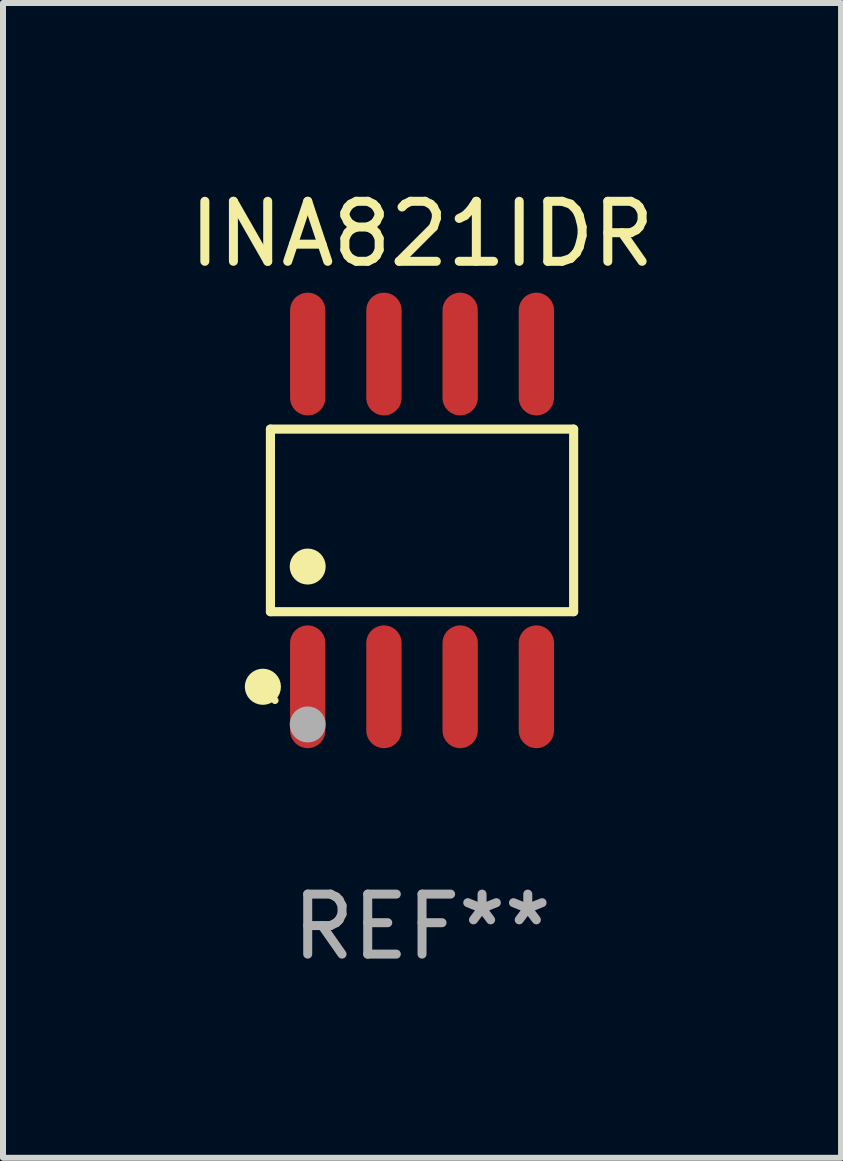
<source format=kicad_pcb>
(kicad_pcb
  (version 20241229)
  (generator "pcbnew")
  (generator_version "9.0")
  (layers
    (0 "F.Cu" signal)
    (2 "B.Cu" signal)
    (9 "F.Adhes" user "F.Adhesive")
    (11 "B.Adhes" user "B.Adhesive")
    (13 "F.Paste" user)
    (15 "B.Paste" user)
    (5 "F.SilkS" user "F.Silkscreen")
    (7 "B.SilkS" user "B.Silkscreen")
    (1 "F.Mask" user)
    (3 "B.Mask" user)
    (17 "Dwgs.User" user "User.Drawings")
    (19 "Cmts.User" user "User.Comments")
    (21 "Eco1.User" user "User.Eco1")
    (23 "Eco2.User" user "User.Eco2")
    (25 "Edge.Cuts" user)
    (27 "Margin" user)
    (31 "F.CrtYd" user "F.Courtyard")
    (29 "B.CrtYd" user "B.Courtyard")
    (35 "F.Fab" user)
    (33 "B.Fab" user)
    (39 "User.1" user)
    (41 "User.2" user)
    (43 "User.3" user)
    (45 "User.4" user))
  (footprint "INA821IDR"
    (layer "F.Cu")
    (at 3.982 5.621)
    (property "Reference" "INA821IDR" (at 0 -4.772 0) (layer "F.SilkS") (effects (font (size 1 1) (thickness 0.15))))
    (attr through_hole)
    (fp_line (start -2.526 -1.521) (end 2.526 -1.521) (stroke (width 0.152) (type solid)) (layer "F.SilkS"))
    (fp_line (start -2.526 1.521) (end -2.526 -1.521) (stroke (width 0.152) (type solid)) (layer "F.SilkS"))
    (fp_line (start 2.526 -1.521) (end 2.526 1.521) (stroke (width 0.152) (type solid)) (layer "F.SilkS"))
    (fp_line (start 2.526 1.521) (end -2.526 1.521) (stroke (width 0.152) (type solid)) (layer "F.SilkS"))
    (fp_circle (center -2.652 2.772) (end -2.501 2.772) (stroke (width 0.3) (type solid)) (fill no) (layer "F.SilkS"))
    (fp_circle (center -2.45 3) (end -2.42 3) (stroke (width 0.06) (type solid)) (fill no) (layer "F.SilkS"))
    (fp_circle (center -1.905 0.769) (end -1.755 0.769) (stroke (width 0.3) (type solid)) (fill no) (layer "F.SilkS"))
    (fp_circle (center -1.905 3.4) (end -1.755 3.4) (stroke (width 0.3) (type solid)) (fill no) (layer "F.Fab"))
    (fp_text user "REF**" (at 0 6.772 0) (layer "F.Fab") (effects (font (size 1 1) (thickness 0.15))))
    (pad "1" smd oval (at -1.905 2.772) (size 0.588 2.045) (layers "F.Cu" "F.Mask" "F.Paste"))
    (pad "2" smd oval (at -0.635 2.772) (size 0.588 2.045) (layers "F.Cu" "F.Mask" "F.Paste"))
    (pad "3" smd oval (at 0.635 2.772) (size 0.588 2.045) (layers "F.Cu" "F.Mask" "F.Paste"))
    (pad "4" smd oval (at 1.905 2.772) (size 0.588 2.045) (layers "F.Cu" "F.Mask" "F.Paste"))
    (pad "5" smd oval (at 1.905 -2.772) (size 0.588 2.045) (layers "F.Cu" "F.Mask" "F.Paste"))
    (pad "6" smd oval (at 0.635 -2.772) (size 0.588 2.045) (layers "F.Cu" "F.Mask" "F.Paste"))
    (pad "7" smd oval (at -0.635 -2.772) (size 0.588 2.045) (layers "F.Cu" "F.Mask" "F.Paste"))
    (pad "8" smd oval (at -1.905 -2.772) (size 0.588 2.045) (layers "F.Cu" "F.Mask" "F.Paste")))
  (gr_rect
    (start -3 -3)
    (end 10.964 16.241)
    (stroke (width 0.1) (type default))
    (fill no)
    (layer "Edge.Cuts")))
</source>
